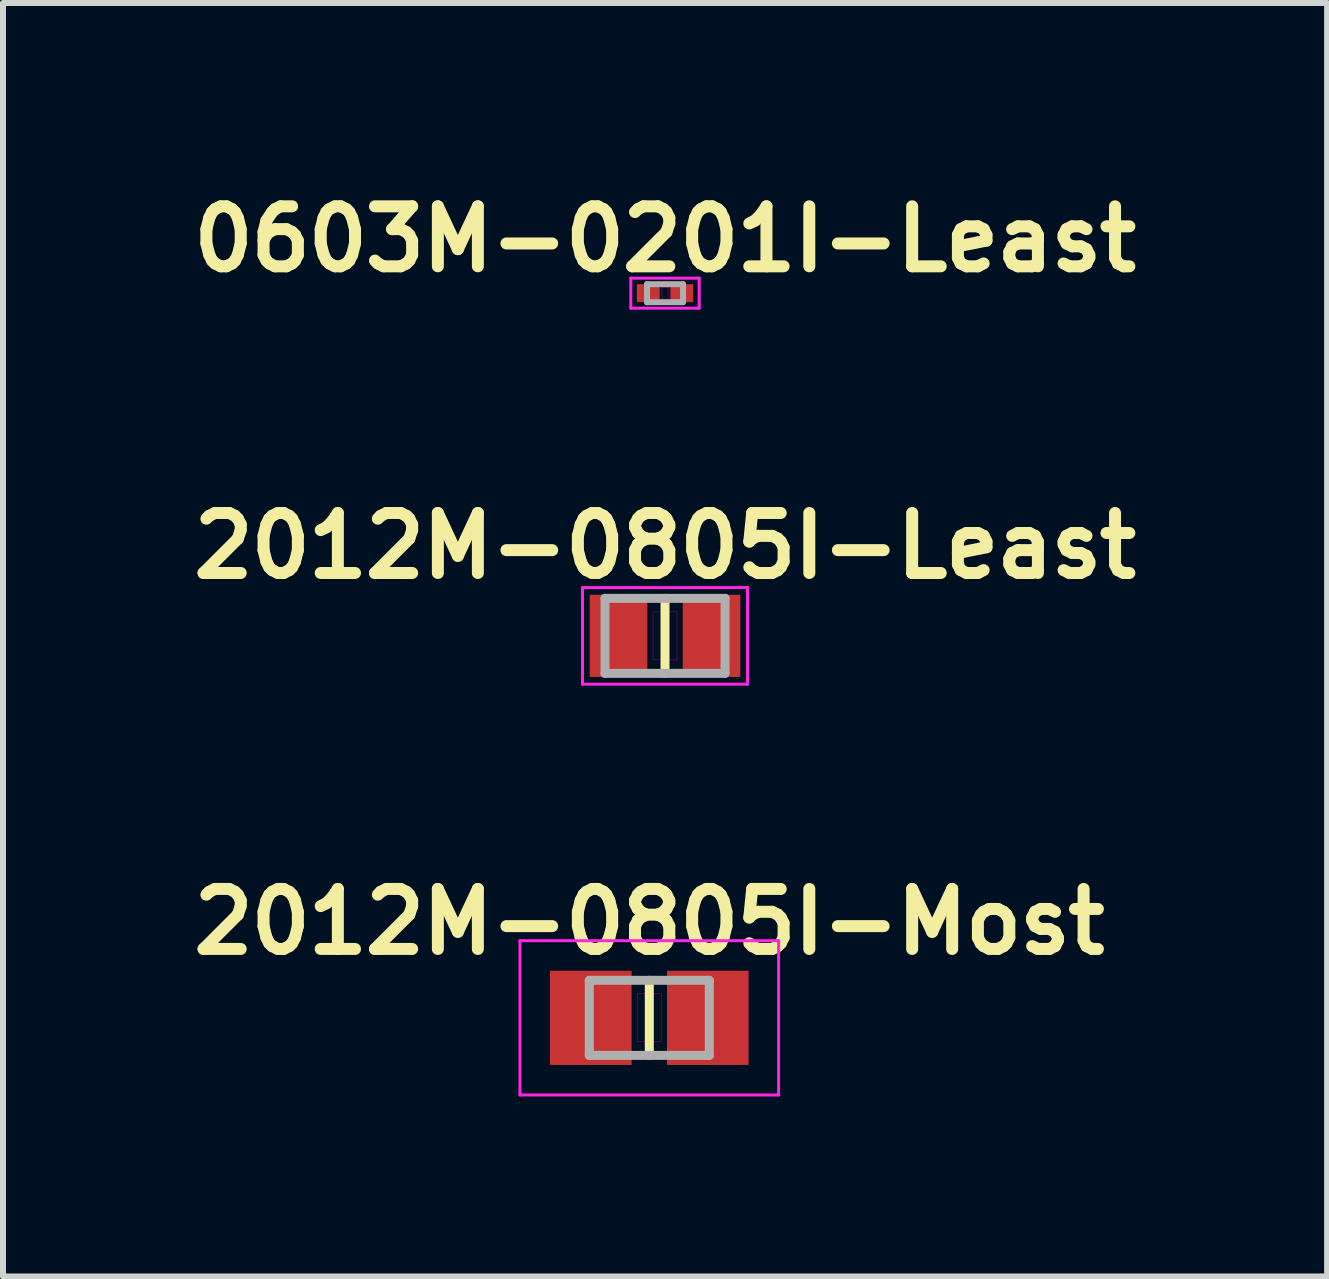
<source format=kicad_pcb>
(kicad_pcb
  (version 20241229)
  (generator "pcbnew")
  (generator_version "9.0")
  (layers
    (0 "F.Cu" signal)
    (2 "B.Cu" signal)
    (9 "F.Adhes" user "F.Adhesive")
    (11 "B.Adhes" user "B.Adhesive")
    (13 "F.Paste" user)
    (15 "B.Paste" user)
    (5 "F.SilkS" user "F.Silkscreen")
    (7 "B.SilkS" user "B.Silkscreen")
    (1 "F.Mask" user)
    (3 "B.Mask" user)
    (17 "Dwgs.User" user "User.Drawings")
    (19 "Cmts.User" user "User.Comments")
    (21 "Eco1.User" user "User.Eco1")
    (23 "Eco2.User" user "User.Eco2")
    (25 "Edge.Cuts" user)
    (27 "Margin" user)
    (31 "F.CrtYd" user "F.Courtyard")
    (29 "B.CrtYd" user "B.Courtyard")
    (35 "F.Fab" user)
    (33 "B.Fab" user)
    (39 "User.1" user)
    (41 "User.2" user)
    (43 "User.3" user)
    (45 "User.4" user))
  (footprint "2012M-0805I-Most"
    (layer "F.Cu")
    (at 7.771 13.913)
    (property "Reference" "2012M-0805I-Most" (at 0 -1.6 0) (layer "F.SilkS") (effects (font (size 1 1) (thickness 0.2))))
    (attr smd)
    (fp_line (start 0 -0.625) (end 0 0.625) (stroke (width 0.15) (type solid)) (layer "F.SilkS"))
    (fp_line (start -0.2 -0.4) (end -0.2 0.4) (stroke (width 0.01) (type solid)) (layer "F.Adhes"))
    (fp_line (start -0.2 0.4) (end 0.2 0.4) (stroke (width 0.01) (type solid)) (layer "F.Adhes"))
    (fp_line (start 0.2 -0.4) (end -0.2 -0.4) (stroke (width 0.01) (type solid)) (layer "F.Adhes"))
    (fp_line (start 0.2 0.4) (end 0.2 -0.4) (stroke (width 0.01) (type solid)) (layer "F.Adhes"))
    (fp_line (start -2.155 -1.285) (end 2.155 -1.285) (stroke (width 0.05) (type solid)) (layer "F.CrtYd"))
    (fp_line (start -2.155 1.285) (end -2.155 -1.285) (stroke (width 0.05) (type solid)) (layer "F.CrtYd"))
    (fp_line (start 2.155 -1.285) (end 2.155 1.285) (stroke (width 0.05) (type solid)) (layer "F.CrtYd"))
    (fp_line (start 2.155 1.285) (end -2.155 1.285) (stroke (width 0.05) (type solid)) (layer "F.CrtYd"))
    (fp_line (start -1 -0.625) (end -1 0.625) (stroke (width 0.15) (type solid)) (layer "F.Fab"))
    (fp_line (start -1 0.625) (end 1 0.625) (stroke (width 0.15) (type solid)) (layer "F.Fab"))
    (fp_line (start 1 -0.625) (end -1 -0.625) (stroke (width 0.15) (type solid)) (layer "F.Fab"))
    (fp_line (start 1 0.625) (end 1 -0.625) (stroke (width 0.15) (type solid)) (layer "F.Fab"))
    (pad "1" smd rect (at -0.975 0) (size 1.36 1.57) (layers "F.Cu" "F.Mask" "F.Paste"))
    (pad "2" smd rect (at 0.975 0) (size 1.36 1.57) (layers "F.Cu" "F.Mask" "F.Paste")))
  (footprint "0603M-0201I-Least"
    (layer "F.Cu")
    (at 8.033 1.836)
    (property "Reference" "0603M-0201I-Least" (at 0 -0.9 0) (layer "F.SilkS") (effects (font (size 1 1) (thickness 0.2))))
    (attr smd)
    (fp_line (start -0.05 -0.1) (end -0.05 0.1) (stroke (width 0.01) (type solid)) (layer "F.Adhes"))
    (fp_line (start -0.05 0.1) (end 0.05 0.1) (stroke (width 0.01) (type solid)) (layer "F.Adhes"))
    (fp_line (start 0.05 -0.1) (end -0.05 -0.1) (stroke (width 0.01) (type solid)) (layer "F.Adhes"))
    (fp_line (start 0.05 0.1) (end 0.05 -0.1) (stroke (width 0.01) (type solid)) (layer "F.Adhes"))
    (fp_line (start -0.57 -0.25) (end 0.57 -0.25) (stroke (width 0.05) (type solid)) (layer "F.CrtYd"))
    (fp_line (start -0.57 0.25) (end -0.57 -0.25) (stroke (width 0.05) (type solid)) (layer "F.CrtYd"))
    (fp_line (start 0.57 -0.25) (end 0.57 0.25) (stroke (width 0.05) (type solid)) (layer "F.CrtYd"))
    (fp_line (start 0.57 0.25) (end -0.57 0.25) (stroke (width 0.05) (type solid)) (layer "F.CrtYd"))
    (fp_line (start -0.3 -0.15) (end -0.3 0.15) (stroke (width 0.1) (type solid)) (layer "F.Fab"))
    (fp_line (start -0.3 0.15) (end 0.3 0.15) (stroke (width 0.1) (type solid)) (layer "F.Fab"))
    (fp_line (start 0.3 -0.15) (end -0.3 -0.15) (stroke (width 0.1) (type solid)) (layer "F.Fab"))
    (fp_line (start 0.3 0.15) (end 0.3 -0.15) (stroke (width 0.1) (type solid)) (layer "F.Fab"))
    (pad "1" smd rect (at -0.28 0) (size 0.38 0.3) (layers "F.Cu" "F.Mask" "F.Paste"))
    (pad "2" smd rect (at 0.28 0) (size 0.38 0.3) (layers "F.Cu" "F.Mask" "F.Paste")))
  (footprint "2012M-0805I-Least"
    (layer "F.Cu")
    (at 8.033 7.547)
    (property "Reference" "2012M-0805I-Least" (at 0 -1.5 0) (layer "F.SilkS") (effects (font (size 1 1) (thickness 0.2))))
    (attr smd)
    (fp_line (start 0 -0.625) (end 0 0.625) (stroke (width 0.15) (type solid)) (layer "F.SilkS"))
    (fp_line (start -0.2 -0.4) (end -0.2 0.4) (stroke (width 0.01) (type solid)) (layer "F.Adhes"))
    (fp_line (start -0.2 0.4) (end 0.2 0.4) (stroke (width 0.01) (type solid)) (layer "F.Adhes"))
    (fp_line (start 0.2 -0.4) (end -0.2 -0.4) (stroke (width 0.01) (type solid)) (layer "F.Adhes"))
    (fp_line (start 0.2 0.4) (end 0.2 -0.4) (stroke (width 0.01) (type solid)) (layer "F.Adhes"))
    (fp_line (start -1.375 -0.805) (end 1.375 -0.805) (stroke (width 0.05) (type solid)) (layer "F.CrtYd"))
    (fp_line (start -1.375 0.805) (end -1.375 -0.805) (stroke (width 0.05) (type solid)) (layer "F.CrtYd"))
    (fp_line (start 1.375 -0.805) (end 1.375 0.805) (stroke (width 0.05) (type solid)) (layer "F.CrtYd"))
    (fp_line (start 1.375 0.805) (end -1.375 0.805) (stroke (width 0.05) (type solid)) (layer "F.CrtYd"))
    (fp_line (start -1 -0.625) (end -1 0.625) (stroke (width 0.15) (type solid)) (layer "F.Fab"))
    (fp_line (start -1 0.625) (end 1 0.625) (stroke (width 0.15) (type solid)) (layer "F.Fab"))
    (fp_line (start 1 -0.625) (end -1 -0.625) (stroke (width 0.15) (type solid)) (layer "F.Fab"))
    (fp_line (start 1 0.625) (end 1 -0.625) (stroke (width 0.15) (type solid)) (layer "F.Fab"))
    (pad "1" smd rect (at -0.775 0) (size 0.96 1.37) (layers "F.Cu" "F.Mask" "F.Paste"))
    (pad "2" smd rect (at 0.775 0) (size 0.96 1.37) (layers "F.Cu" "F.Mask" "F.Paste")))
  (gr_rect
    (start -3 -3)
    (end 19.067 18.223)
    (stroke (width 0.1) (type default))
    (fill no)
    (layer "Edge.Cuts")))
</source>
